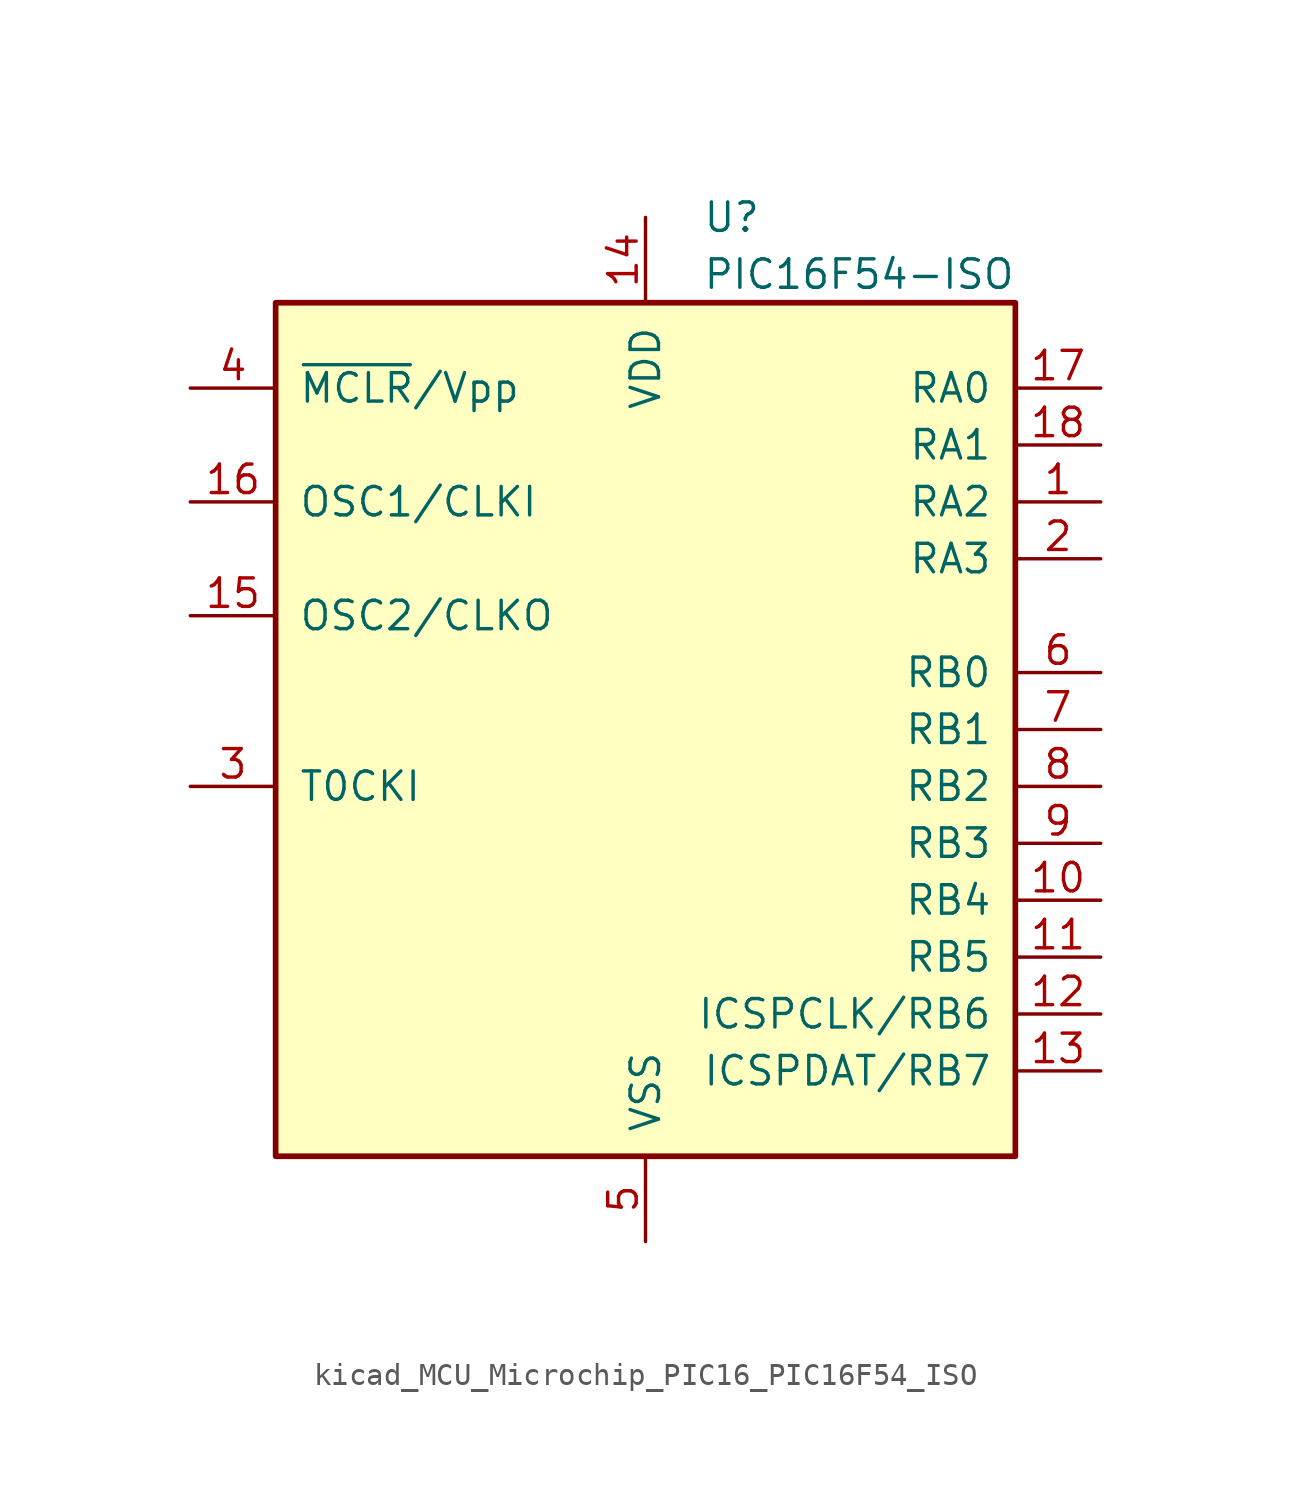
<source format=kicad_sym>
(kicad_symbol_lib
  (version 20220914)
  (generator kicad_symbol_editor)
  (symbol "kicad_MCU_Microchip_PIC16_PIC16F54_ISO"
    (pin_names
      (offset 1.016))
    (property "Reference" "U"
      (at 2.54 22.86 0)
      (effects (font (size 1.27 1.27)) (justify left)))
    (property "Value" "PIC16F54-ISO"
      (at 2.54 20.32 0)
      (effects (font (size 1.27 1.27)) (justify left)))
    (symbol "kicad_MCU_Microchip_PIC16_PIC16F54_ISO_0_1"
      (rectangle (start -16.51 19.05) (end 16.51 -19.05) (stroke (width 0.254) (type default)) (fill (type background))))
    (symbol "kicad_MCU_Microchip_PIC16_PIC16F54_ISO_1_1"
      (pin bidirectional line (at 20.32 10.16 180) (length 3.81) (name "RA2" (effects (font (size 1.27 1.27)))) (number "1" (effects (font (size 1.27 1.27)))))
      (pin bidirectional line (at 20.32 -7.62 180) (length 3.81) (name "RB4" (effects (font (size 1.27 1.27)))) (number "10" (effects (font (size 1.27 1.27)))))
      (pin bidirectional line (at 20.32 -10.16 180) (length 3.81) (name "RB5" (effects (font (size 1.27 1.27)))) (number "11" (effects (font (size 1.27 1.27)))))
      (pin bidirectional line (at 20.32 -12.7 180) (length 3.81) (name "ICSPCLK/RB6" (effects (font (size 1.27 1.27)))) (number "12" (effects (font (size 1.27 1.27)))))
      (pin bidirectional line (at 20.32 -15.24 180) (length 3.81) (name "ICSPDAT/RB7" (effects (font (size 1.27 1.27)))) (number "13" (effects (font (size 1.27 1.27)))))
      (pin power_in line (at 0 22.86 270) (length 3.81) (name "VDD" (effects (font (size 1.27 1.27)))) (number "14" (effects (font (size 1.27 1.27)))))
      (pin output line (at -20.32 5.08 0) (length 3.81) (name "OSC2/CLKO" (effects (font (size 1.27 1.27)))) (number "15" (effects (font (size 1.27 1.27)))))
      (pin input line (at -20.32 10.16 0) (length 3.81) (name "OSC1/CLKI" (effects (font (size 1.27 1.27)))) (number "16" (effects (font (size 1.27 1.27)))))
      (pin bidirectional line (at 20.32 15.24 180) (length 3.81) (name "RA0" (effects (font (size 1.27 1.27)))) (number "17" (effects (font (size 1.27 1.27)))))
      (pin bidirectional line (at 20.32 12.7 180) (length 3.81) (name "RA1" (effects (font (size 1.27 1.27)))) (number "18" (effects (font (size 1.27 1.27)))))
      (pin bidirectional line (at 20.32 7.62 180) (length 3.81) (name "RA3" (effects (font (size 1.27 1.27)))) (number "2" (effects (font (size 1.27 1.27)))))
      (pin input line (at -20.32 -2.54 0) (length 3.81) (name "T0CKI" (effects (font (size 1.27 1.27)))) (number "3" (effects (font (size 1.27 1.27)))))
      (pin input line (at -20.32 15.24 0) (length 3.81) (name "~{MCLR}/Vpp" (effects (font (size 1.27 1.27)))) (number "4" (effects (font (size 1.27 1.27)))))
      (pin power_in line (at 0 -22.86 90) (length 3.81) (name "VSS" (effects (font (size 1.27 1.27)))) (number "5" (effects (font (size 1.27 1.27)))))
      (pin bidirectional line (at 20.32 2.54 180) (length 3.81) (name "RB0" (effects (font (size 1.27 1.27)))) (number "6" (effects (font (size 1.27 1.27)))))
      (pin bidirectional line (at 20.32 0 180) (length 3.81) (name "RB1" (effects (font (size 1.27 1.27)))) (number "7" (effects (font (size 1.27 1.27)))))
      (pin bidirectional line (at 20.32 -2.54 180) (length 3.81) (name "RB2" (effects (font (size 1.27 1.27)))) (number "8" (effects (font (size 1.27 1.27)))))
      (pin bidirectional line (at 20.32 -5.08 180) (length 3.81) (name "RB3" (effects (font (size 1.27 1.27)))) (number "9" (effects (font (size 1.27 1.27))))))))
</source>
